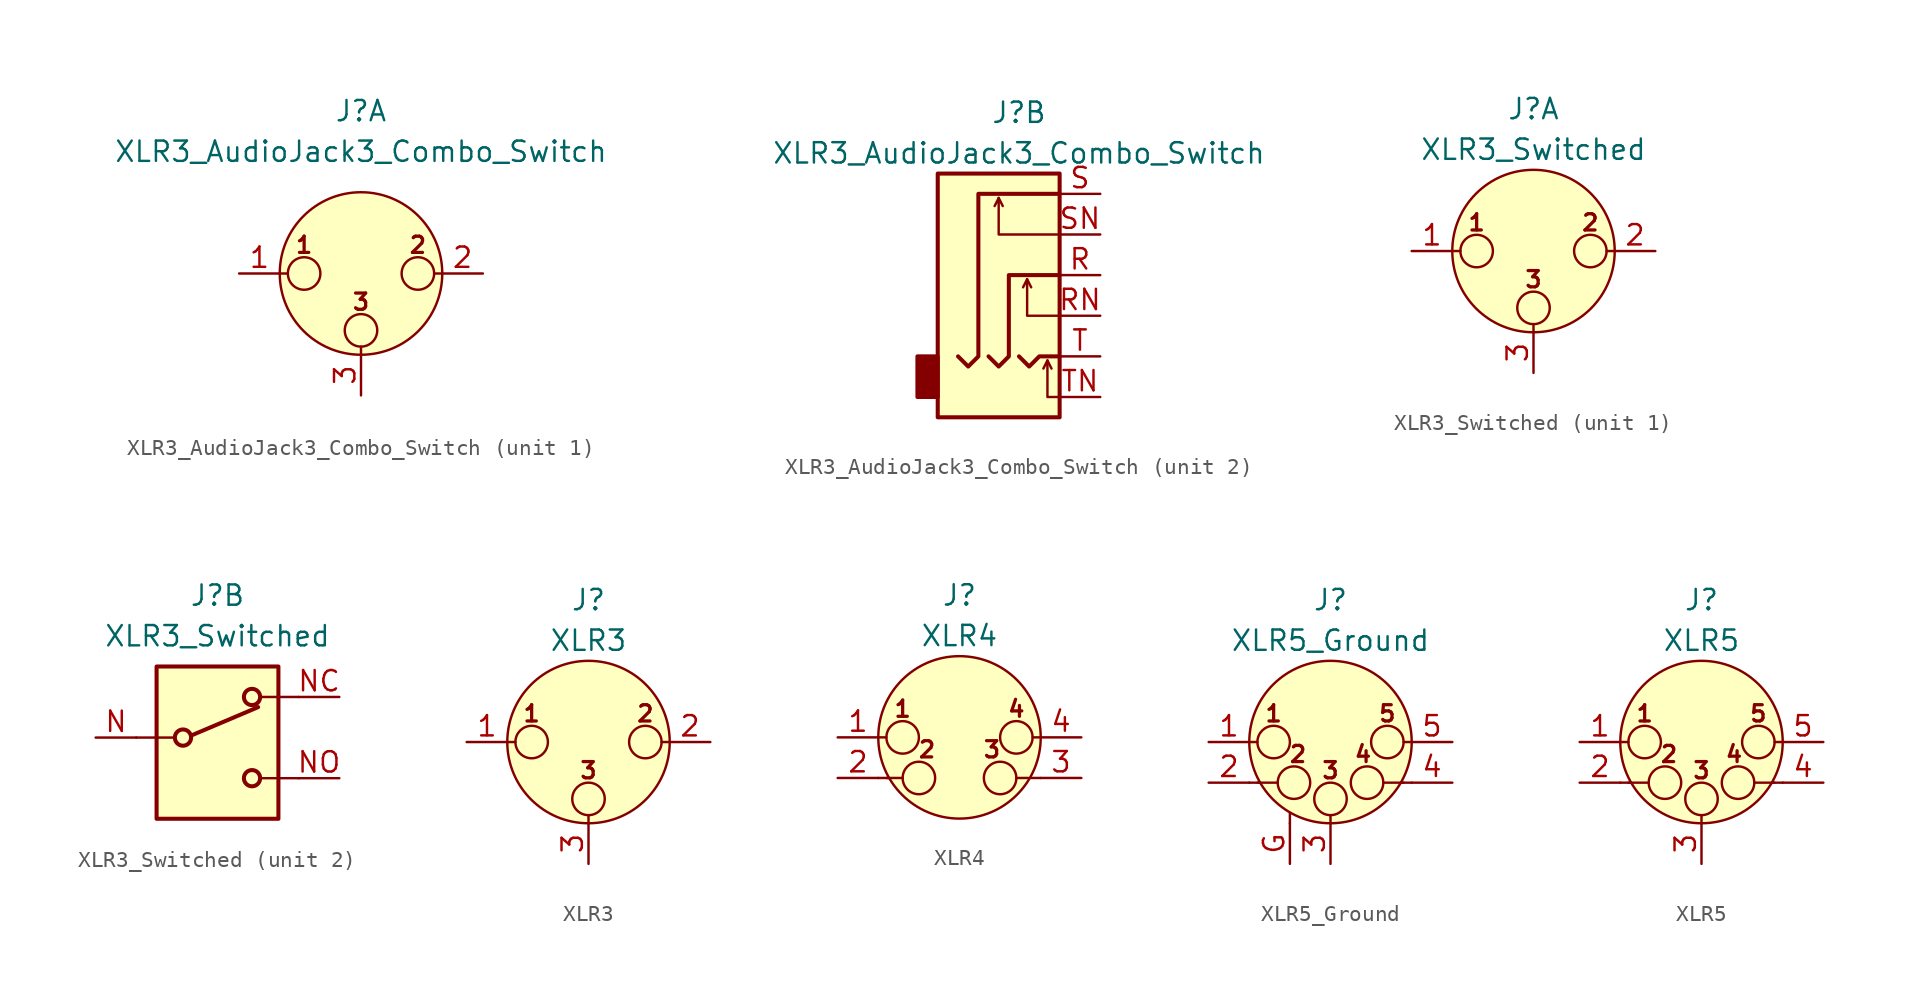
<source format=kicad_sym>
(kicad_symbol_lib
  (version 20231120)
  (generator "kicad_symbol_editor")
  (generator_version "8.0")
  (symbol "XLR3_AudioJack3_Combo_Switch"
    (pin_names hide)
    (property "Reference" "J"
      (at 0 10.16 0)
      (effects (font (size 1.27 1.27))))
    (property "Value" "XLR3_AudioJack3_Combo_Switch"
      (at 0 7.62 0)
      (effects (font (size 1.27 1.27))))
    (symbol "XLR3_AudioJack3_Combo_Switch_1_1"
      (circle (center -3.556 0) (radius 1.016) (stroke (width 0) (type default)) (fill (type none)))
      (circle (center 0 -3.556) (radius 1.016) (stroke (width 0) (type default)) (fill (type none)))
      (polyline (pts (xy -5.08 0) (xy -4.572 0)) (stroke (width 0) (type default)) (fill (type none)))
      (polyline (pts (xy 0 -5.08) (xy 0 -4.572)) (stroke (width 0) (type default)) (fill (type none)))
      (polyline (pts (xy 5.08 0) (xy 4.572 0)) (stroke (width 0) (type default)) (fill (type none)))
      (circle (center 0 0) (radius 5.08) (stroke (width 0) (type default)) (fill (type background)))
      (circle (center 3.556 0) (radius 1.016) (stroke (width 0) (type default)) (fill (type none)))
      (text "1" (at -3.556 1.778 0) (effects (font (size 1.016 1.016) (bold yes))))
      (text "2" (at 3.556 1.778 0) (effects (font (size 1.016 1.016) (bold yes))))
      (text "3" (at 0 -1.778 0) (effects (font (size 1.016 1.016) (bold yes))))
      (pin passive line (at -7.62 0 0) (length 2.54) (name "~" (effects (font (size 1.27 1.27)))) (number "1" (effects (font (size 1.27 1.27)))))
      (pin passive line (at 7.62 0 180) (length 2.54) (name "~" (effects (font (size 1.27 1.27)))) (number "2" (effects (font (size 1.27 1.27)))))
      (pin passive line (at 0 -7.62 90) (length 2.54) (name "~" (effects (font (size 1.27 1.27)))) (number "3" (effects (font (size 1.27 1.27))))))
    (symbol "XLR3_AudioJack3_Combo_Switch_2_1"
      (rectangle (start -5.08 -5.08) (end -6.35 -7.62) (stroke (width 0.254) (type default)) (fill (type outline)))
      (polyline (pts (xy -1.27 4.826) (xy -1.016 4.318)) (stroke (width 0) (type default)) (fill (type none)))
      (polyline (pts (xy 0.508 -0.254) (xy 0.762 -0.762)) (stroke (width 0) (type default)) (fill (type none)))
      (polyline (pts (xy 1.778 -5.334) (xy 2.032 -5.842)) (stroke (width 0) (type default)) (fill (type none)))
      (polyline (pts (xy 0 -5.08) (xy 0.635 -5.715) (xy 1.27 -5.08) (xy 2.54 -5.08)) (stroke (width 0.254) (type default)) (fill (type none)))
      (polyline (pts (xy 2.54 -7.62) (xy 1.778 -7.62) (xy 1.778 -5.334) (xy 1.524 -5.842)) (stroke (width 0) (type default)) (fill (type none)))
      (polyline (pts (xy 2.54 -2.54) (xy 0.508 -2.54) (xy 0.508 -0.254) (xy 0.254 -0.762)) (stroke (width 0) (type default)) (fill (type none)))
      (polyline (pts (xy 2.54 2.54) (xy -1.27 2.54) (xy -1.27 4.826) (xy -1.524 4.318)) (stroke (width 0) (type default)) (fill (type none)))
      (polyline (pts (xy -1.905 -5.08) (xy -1.27 -5.715) (xy -0.635 -5.08) (xy -0.635 0) (xy 2.54 0)) (stroke (width 0.254) (type default)) (fill (type none)))
      (polyline (pts (xy 2.54 5.08) (xy -2.54 5.08) (xy -2.54 -5.08) (xy -3.175 -5.715) (xy -3.81 -5.08)) (stroke (width 0.254) (type default)) (fill (type none)))
      (rectangle (start 2.54 6.35) (end -5.08 -8.89) (stroke (width 0.254) (type default)) (fill (type background)))
      (pin passive line (at 5.08 0 180) (length 2.54) (name "~" (effects (font (size 1.27 1.27)))) (number "R" (effects (font (size 1.27 1.27)))))
      (pin passive line (at 5.08 -2.54 180) (length 2.54) (name "~" (effects (font (size 1.27 1.27)))) (number "RN" (effects (font (size 1.27 1.27)))))
      (pin passive line (at 5.08 5.08 180) (length 2.54) (name "~" (effects (font (size 1.27 1.27)))) (number "S" (effects (font (size 1.27 1.27)))))
      (pin passive line (at 5.08 2.54 180) (length 2.54) (name "~" (effects (font (size 1.27 1.27)))) (number "SN" (effects (font (size 1.27 1.27)))))
      (pin passive line (at 5.08 -5.08 180) (length 2.54) (name "~" (effects (font (size 1.27 1.27)))) (number "T" (effects (font (size 1.27 1.27)))))
      (pin passive line (at 5.08 -7.62 180) (length 2.54) (name "~" (effects (font (size 1.27 1.27)))) (number "TN" (effects (font (size 1.27 1.27)))))))
  (symbol "XLR3_Switched"
    (pin_names hide)
    (property "Reference" "J"
      (at 0 8.89 0)
      (effects (font (size 1.27 1.27))))
    (property "Value" "XLR3_Switched"
      (at 0 6.35 0)
      (effects (font (size 1.27 1.27))))
    (symbol "XLR3_Switched_1_1"
      (circle (center -3.556 0) (radius 1.016) (stroke (width 0) (type default)) (fill (type none)))
      (circle (center 0 -3.556) (radius 1.016) (stroke (width 0) (type default)) (fill (type none)))
      (polyline (pts (xy -5.08 0) (xy -4.572 0)) (stroke (width 0) (type default)) (fill (type none)))
      (polyline (pts (xy 0 -5.08) (xy 0 -4.572)) (stroke (width 0) (type default)) (fill (type none)))
      (polyline (pts (xy 5.08 0) (xy 4.572 0)) (stroke (width 0) (type default)) (fill (type none)))
      (circle (center 0 0) (radius 5.08) (stroke (width 0) (type default)) (fill (type background)))
      (circle (center 3.556 0) (radius 1.016) (stroke (width 0) (type default)) (fill (type none)))
      (text "1" (at -3.556 1.778 0) (effects (font (size 1.016 1.016) (bold yes))))
      (text "2" (at 3.556 1.778 0) (effects (font (size 1.016 1.016) (bold yes))))
      (text "3" (at 0 -1.778 0) (effects (font (size 1.016 1.016) (bold yes))))
      (pin passive line (at -7.62 0 0) (length 2.54) (name "~" (effects (font (size 1.27 1.27)))) (number "1" (effects (font (size 1.27 1.27)))))
      (pin passive line (at 7.62 0 180) (length 2.54) (name "~" (effects (font (size 1.27 1.27)))) (number "2" (effects (font (size 1.27 1.27)))))
      (pin passive line (at 0 -7.62 90) (length 2.54) (name "~" (effects (font (size 1.27 1.27)))) (number "3" (effects (font (size 1.27 1.27))))))
    (symbol "XLR3_Switched_2_1"
      (rectangle (start -3.81 4.445) (end 3.81 -5.08) (stroke (width 0.254) (type default)) (fill (type background)))
      (circle (center -2.159 0) (radius 0.508) (stroke (width 0.254) (type default)) (fill (type none)))
      (polyline (pts (xy -5.08 0) (xy -2.794 0)) (stroke (width 0) (type default)) (fill (type none)))
      (polyline (pts (xy -1.651 0.127) (xy 2.54 1.905)) (stroke (width 0.254) (type default)) (fill (type none)))
      (polyline (pts (xy 5.08 -2.54) (xy 2.794 -2.54)) (stroke (width 0) (type default)) (fill (type none)))
      (polyline (pts (xy 5.08 2.54) (xy 2.794 2.54)) (stroke (width 0) (type default)) (fill (type none)))
      (circle (center 2.159 -2.54) (radius 0.508) (stroke (width 0.254) (type default)) (fill (type none)))
      (circle (center 2.159 2.54) (radius 0.508) (stroke (width 0.254) (type default)) (fill (type none)))
      (pin passive line (at -7.62 0 0) (length 2.54) (name "~" (effects (font (size 1.27 1.27)))) (number "N" (effects (font (size 1.27 1.27)))))
      (pin passive line (at 7.62 2.54 180) (length 2.54) (name "~" (effects (font (size 1.27 1.27)))) (number "NC" (effects (font (size 1.27 1.27)))))
      (pin passive line (at 7.62 -2.54 180) (length 2.54) (name "~" (effects (font (size 1.27 1.27)))) (number "NO" (effects (font (size 1.27 1.27)))))))
  (symbol "XLR3"
    (pin_names hide)
    (property "Reference" "J"
      (at 0 8.89 0)
      (effects (font (size 1.27 1.27))))
    (property "Value" "XLR3"
      (at 0 6.35 0)
      (effects (font (size 1.27 1.27))))
    (symbol "XLR3_0_1"
      (circle (center -3.556 0) (radius 1.016) (stroke (width 0) (type default)) (fill (type none)))
      (circle (center 0 -3.556) (radius 1.016) (stroke (width 0) (type default)) (fill (type none)))
      (polyline (pts (xy -5.08 0) (xy -4.572 0)) (stroke (width 0) (type default)) (fill (type none)))
      (polyline (pts (xy 0 -5.08) (xy 0 -4.572)) (stroke (width 0) (type default)) (fill (type none)))
      (polyline (pts (xy 5.08 0) (xy 4.572 0)) (stroke (width 0) (type default)) (fill (type none)))
      (circle (center 0 0) (radius 5.08) (stroke (width 0) (type default)) (fill (type background)))
      (circle (center 3.556 0) (radius 1.016) (stroke (width 0) (type default)) (fill (type none)))
      (text "1" (at -3.556 1.778 0) (effects (font (size 1.016 1.016) (bold yes))))
      (text "2" (at 3.556 1.778 0) (effects (font (size 1.016 1.016) (bold yes))))
      (text "3" (at 0 -1.778 0) (effects (font (size 1.016 1.016) (bold yes))))
      (pin passive line (at -7.62 0 0) (length 2.54) (name "~" (effects (font (size 1.27 1.27)))) (number "1" (effects (font (size 1.27 1.27)))))
      (pin passive line (at 7.62 0 180) (length 2.54) (name "~" (effects (font (size 1.27 1.27)))) (number "2" (effects (font (size 1.27 1.27)))))
      (pin passive line (at 0 -7.62 90) (length 2.54) (name "~" (effects (font (size 1.27 1.27)))) (number "3" (effects (font (size 1.27 1.27)))))))
  (symbol "XLR4"
    (pin_names hide)
    (property "Reference" "J"
      (at 0 8.89 0)
      (effects (font (size 1.27 1.27))))
    (property "Value" "XLR4"
      (at 0 6.35 0)
      (effects (font (size 1.27 1.27))))
    (symbol "XLR4_0_1"
      (circle (center -3.556 0) (radius 1.016) (stroke (width 0) (type default)) (fill (type none)))
      (circle (center -2.54 -2.54) (radius 1.016) (stroke (width 0) (type default)) (fill (type none)))
      (polyline (pts (xy -5.08 -2.54) (xy -4.445 -2.54)) (stroke (width 0) (type default)) (fill (type none)))
      (polyline (pts (xy -5.08 0) (xy -4.572 0)) (stroke (width 0) (type default)) (fill (type none)))
      (polyline (pts (xy -4.572 -2.54) (xy -3.556 -2.54)) (stroke (width 0) (type default)) (fill (type none)))
      (polyline (pts (xy 4.318 -2.54) (xy 3.556 -2.54)) (stroke (width 0) (type default)) (fill (type none)))
      (polyline (pts (xy 5.08 -2.54) (xy 4.445 -2.54)) (stroke (width 0) (type default)) (fill (type none)))
      (polyline (pts (xy 5.08 0) (xy 4.572 0)) (stroke (width 0) (type default)) (fill (type none)))
      (circle (center 0 0) (radius 5.08) (stroke (width 0) (type default)) (fill (type background)))
      (circle (center 2.54 -2.54) (radius 1.016) (stroke (width 0) (type default)) (fill (type none)))
      (circle (center 3.556 0) (radius 1.016) (stroke (width 0) (type default)) (fill (type none)))
      (text "1" (at -3.556 1.778 0) (effects (font (size 1.016 1.016) (bold yes))))
      (text "2" (at -2.032 -0.762 0) (effects (font (size 1.016 1.016) (bold yes))))
      (text "3" (at 2.032 -0.762 0) (effects (font (size 1.016 1.016) (bold yes))))
      (text "4" (at 3.556 1.778 0) (effects (font (size 1.016 1.016) (bold yes)))))
    (symbol "XLR4_1_1"
      (pin passive line (at -7.62 0 0) (length 2.54) (name "~" (effects (font (size 1.27 1.27)))) (number "1" (effects (font (size 1.27 1.27)))))
      (pin passive line (at -7.62 -2.54 0) (length 2.54) (name "~" (effects (font (size 1.27 1.27)))) (number "2" (effects (font (size 1.27 1.27)))))
      (pin passive line (at 7.62 -2.54 180) (length 2.54) (name "~" (effects (font (size 1.27 1.27)))) (number "3" (effects (font (size 1.27 1.27)))))
      (pin passive line (at 7.62 0 180) (length 2.54) (name "~" (effects (font (size 1.27 1.27)))) (number "4" (effects (font (size 1.27 1.27)))))))
  (symbol "XLR5_Ground"
    (pin_names hide)
    (property "Reference" "J"
      (at 0 8.89 0)
      (effects (font (size 1.27 1.27))))
    (property "Value" "XLR5_Ground"
      (at 0 6.35 0)
      (effects (font (size 1.27 1.27))))
    (symbol "XLR5_Ground_0_1"
      (circle (center -3.556 0) (radius 1.016) (stroke (width 0) (type default)) (fill (type none)))
      (circle (center -2.286 -2.54) (radius 1.016) (stroke (width 0) (type default)) (fill (type none)))
      (circle (center 0 -3.556) (radius 1.016) (stroke (width 0) (type default)) (fill (type none)))
      (polyline (pts (xy -5.08 -2.54) (xy -4.445 -2.54)) (stroke (width 0) (type default)) (fill (type none)))
      (polyline (pts (xy -5.08 0) (xy -4.572 0)) (stroke (width 0) (type default)) (fill (type none)))
      (polyline (pts (xy -4.572 -2.54) (xy -3.302 -2.54)) (stroke (width 0) (type default)) (fill (type none)))
      (polyline (pts (xy -2.54 -5.08) (xy -2.54 -4.445)) (stroke (width 0) (type default)) (fill (type none)))
      (polyline (pts (xy 0 -5.08) (xy 0 -4.572)) (stroke (width 0) (type default)) (fill (type none)))
      (polyline (pts (xy 4.572 -2.54) (xy 3.302 -2.54)) (stroke (width 0) (type default)) (fill (type none)))
      (polyline (pts (xy 5.08 -2.54) (xy 4.445 -2.54)) (stroke (width 0) (type default)) (fill (type none)))
      (polyline (pts (xy 5.08 0) (xy 4.572 0)) (stroke (width 0) (type default)) (fill (type none)))
      (circle (center 0 0) (radius 5.08) (stroke (width 0) (type default)) (fill (type background)))
      (circle (center 2.286 -2.54) (radius 1.016) (stroke (width 0) (type default)) (fill (type none)))
      (circle (center 3.556 0) (radius 1.016) (stroke (width 0) (type default)) (fill (type none)))
      (text "1" (at -3.556 1.778 0) (effects (font (size 1.016 1.016) (bold yes))))
      (text "2" (at -2.032 -0.762 0) (effects (font (size 1.016 1.016) (bold yes))))
      (text "3" (at 0 -1.778 0) (effects (font (size 1.016 1.016) (bold yes))))
      (text "4" (at 2.032 -0.762 0) (effects (font (size 1.016 1.016) (bold yes))))
      (text "5" (at 3.556 1.778 0) (effects (font (size 1.016 1.016) (bold yes)))))
    (symbol "XLR5_Ground_1_1"
      (pin passive line (at -7.62 0 0) (length 2.54) (name "P1" (effects (font (size 1.27 1.27)))) (number "1" (effects (font (size 1.27 1.27)))))
      (pin passive line (at -7.62 -2.54 0) (length 2.54) (name "P2" (effects (font (size 1.27 1.27)))) (number "2" (effects (font (size 1.27 1.27)))))
      (pin passive line (at 0 -7.62 90) (length 2.54) (name "P3" (effects (font (size 1.27 1.27)))) (number "3" (effects (font (size 1.27 1.27)))))
      (pin passive line (at 7.62 -2.54 180) (length 2.54) (name "P3" (effects (font (size 1.27 1.27)))) (number "4" (effects (font (size 1.27 1.27)))))
      (pin passive line (at 7.62 0 180) (length 2.54) (name "P5" (effects (font (size 1.27 1.27)))) (number "5" (effects (font (size 1.27 1.27)))))
      (pin passive line (at -2.54 -7.62 90) (length 2.54) (name "~" (effects (font (size 1.27 1.27)))) (number "G" (effects (font (size 1.27 1.27)))))))
  (symbol "XLR5"
    (pin_names hide)
    (property "Reference" "J"
      (at 0 8.89 0)
      (effects (font (size 1.27 1.27))))
    (property "Value" "XLR5"
      (at 0 6.35 0)
      (effects (font (size 1.27 1.27))))
    (symbol "XLR5_0_1"
      (circle (center -3.556 0) (radius 1.016) (stroke (width 0) (type default)) (fill (type none)))
      (circle (center -2.286 -2.54) (radius 1.016) (stroke (width 0) (type default)) (fill (type none)))
      (circle (center 0 -3.556) (radius 1.016) (stroke (width 0) (type default)) (fill (type none)))
      (polyline (pts (xy -5.08 -2.54) (xy -4.445 -2.54)) (stroke (width 0) (type default)) (fill (type none)))
      (polyline (pts (xy -5.08 0) (xy -4.572 0)) (stroke (width 0) (type default)) (fill (type none)))
      (polyline (pts (xy -4.572 -2.54) (xy -3.302 -2.54)) (stroke (width 0) (type default)) (fill (type none)))
      (polyline (pts (xy 0 -5.08) (xy 0 -4.572)) (stroke (width 0) (type default)) (fill (type none)))
      (polyline (pts (xy 4.572 -2.54) (xy 3.302 -2.54)) (stroke (width 0) (type default)) (fill (type none)))
      (polyline (pts (xy 5.08 -2.54) (xy 4.445 -2.54)) (stroke (width 0) (type default)) (fill (type none)))
      (polyline (pts (xy 5.08 0) (xy 4.572 0)) (stroke (width 0) (type default)) (fill (type none)))
      (circle (center 0 0) (radius 5.08) (stroke (width 0) (type default)) (fill (type background)))
      (circle (center 2.286 -2.54) (radius 1.016) (stroke (width 0) (type default)) (fill (type none)))
      (circle (center 3.556 0) (radius 1.016) (stroke (width 0) (type default)) (fill (type none)))
      (text "1" (at -3.556 1.778 0) (effects (font (size 1.016 1.016) (bold yes))))
      (text "2" (at -2.032 -0.762 0) (effects (font (size 1.016 1.016) (bold yes))))
      (text "3" (at 0 -1.778 0) (effects (font (size 1.016 1.016) (bold yes))))
      (text "4" (at 2.032 -0.762 0) (effects (font (size 1.016 1.016) (bold yes))))
      (text "5" (at 3.556 1.778 0) (effects (font (size 1.016 1.016) (bold yes)))))
    (symbol "XLR5_1_1"
      (pin passive line (at -7.62 0 0) (length 2.54) (name "P1" (effects (font (size 1.27 1.27)))) (number "1" (effects (font (size 1.27 1.27)))))
      (pin passive line (at -7.62 -2.54 0) (length 2.54) (name "P2" (effects (font (size 1.27 1.27)))) (number "2" (effects (font (size 1.27 1.27)))))
      (pin passive line (at 0 -7.62 90) (length 2.54) (name "P3" (effects (font (size 1.27 1.27)))) (number "3" (effects (font (size 1.27 1.27)))))
      (pin passive line (at 7.62 -2.54 180) (length 2.54) (name "P3" (effects (font (size 1.27 1.27)))) (number "4" (effects (font (size 1.27 1.27)))))
      (pin passive line (at 7.62 0 180) (length 2.54) (name "P5" (effects (font (size 1.27 1.27)))) (number "5" (effects (font (size 1.27 1.27))))))))
</source>
